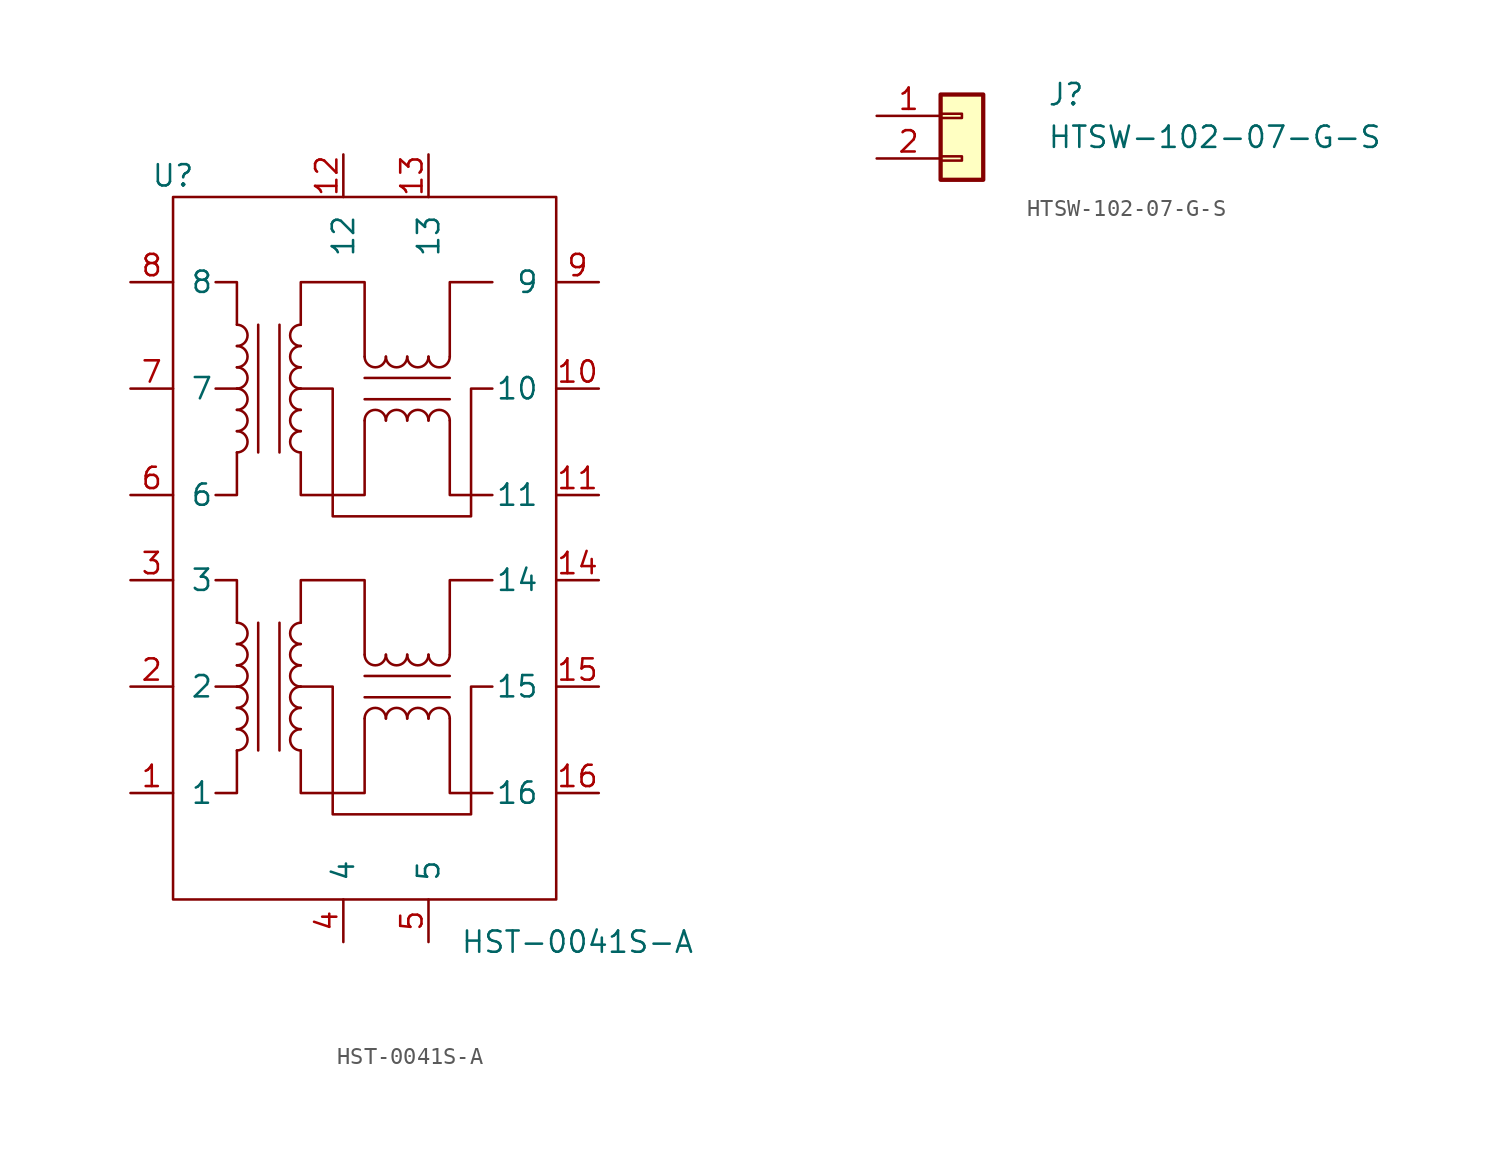
<source format=kicad_sym>
(kicad_symbol_lib
  (version 20231120)
  (generator "kicad_symbol_editor")
  (generator_version "8.0")
  (symbol "HST-0041S-A"
    (pin_names
      (offset 1.016))
    (property "Reference" "U"
      (at -12.7 21.59 0)
      (effects (font (size 1.27 1.27))))
    (property "Value" "HST-0041S-A"
      (at 11.43 -24.13 0)
      (effects (font (size 1.27 1.27))))
    (symbol "HST-0041S-A_0_1"
      (rectangle (start -12.7 20.32) (end 10.16 -21.59) (stroke (width 0) (type solid)) (fill (type none)))
      (arc (start -8.89 5.08) (mid -8.2577 5.715) (end -8.89 6.35) (stroke (width 0) (type solid)) (fill (type none)))
      (arc (start -8.89 6.35) (mid -8.2577 6.985) (end -8.89 7.62) (stroke (width 0) (type solid)) (fill (type none)))
      (arc (start -8.89 7.62) (mid -8.2577 8.255) (end -8.89 8.89) (stroke (width 0) (type solid)) (fill (type none)))
      (arc (start -8.89 8.89) (mid -8.2577 9.525) (end -8.89 10.16) (stroke (width 0) (type solid)) (fill (type none)))
      (arc (start -8.89 10.16) (mid -8.2577 10.795) (end -8.89 11.43) (stroke (width 0) (type solid)) (fill (type none)))
      (arc (start -8.89 11.43) (mid -8.2577 12.065) (end -8.89 12.7) (stroke (width 0) (type solid)) (fill (type none)))
      (arc (start -1.27 10.795) (mid -0.635 10.1627) (end 0 10.795) (stroke (width 0) (type solid)) (fill (type none)))
      (polyline (pts (xy -8.89 8.89) (xy -10.16 8.89)) (stroke (width 0) (type solid)) (fill (type none)))
      (polyline (pts (xy -7.62 12.7) (xy -7.62 5.08)) (stroke (width 0) (type solid)) (fill (type none)))
      (polyline (pts (xy -6.35 5.08) (xy -6.35 12.7)) (stroke (width 0) (type solid)) (fill (type none)))
      (polyline (pts (xy -1.27 8.255) (xy 3.81 8.255)) (stroke (width 0) (type solid)) (fill (type none)))
      (polyline (pts (xy -1.27 9.525) (xy 3.81 9.525)) (stroke (width 0) (type solid)) (fill (type none)))
      (polyline (pts (xy -8.89 5.08) (xy -8.89 2.54) (xy -10.16 2.54)) (stroke (width 0) (type solid)) (fill (type none)))
      (polyline (pts (xy -8.89 12.7) (xy -8.89 15.24) (xy -10.16 15.24)) (stroke (width 0) (type solid)) (fill (type none)))
      (polyline (pts (xy 3.81 6.985) (xy 3.81 2.54) (xy 6.35 2.54)) (stroke (width 0) (type solid)) (fill (type none)))
      (polyline (pts (xy 3.81 10.795) (xy 3.81 15.24) (xy 6.35 15.24)) (stroke (width 0) (type solid)) (fill (type none)))
      (polyline (pts (xy -5.08 5.08) (xy -5.08 2.54) (xy -1.27 2.54) (xy -1.27 6.985)) (stroke (width 0) (type solid)) (fill (type none)))
      (polyline (pts (xy -5.08 12.7) (xy -5.08 15.24) (xy -1.27 15.24) (xy -1.27 10.795)) (stroke (width 0) (type solid)) (fill (type none)))
      (polyline (pts (xy -5.08 8.89) (xy -3.175 8.89) (xy -3.175 1.27) (xy 5.08 1.27) (xy 5.08 8.89) (xy 6.35 8.89)) (stroke (width 0) (type solid)) (fill (type none)))
      (arc (start 0 10.795) (mid 0.635 10.1627) (end 1.27 10.795) (stroke (width 0) (type solid)) (fill (type none)))
      (arc (start 1.27 10.795) (mid 1.905 10.1627) (end 2.54 10.795) (stroke (width 0) (type solid)) (fill (type none)))
      (arc (start 2.54 10.795) (mid 3.175 10.1627) (end 3.81 10.795) (stroke (width 0) (type solid)) (fill (type none))))
    (symbol "HST-0041S-A_1_1"
      (arc (start -8.89 -12.7) (mid -8.2577 -12.065) (end -8.89 -11.43) (stroke (width 0) (type solid)) (fill (type none)))
      (arc (start -8.89 -11.43) (mid -8.2577 -10.795) (end -8.89 -10.16) (stroke (width 0) (type solid)) (fill (type none)))
      (arc (start -8.89 -10.16) (mid -8.2577 -9.525) (end -8.89 -8.89) (stroke (width 0) (type solid)) (fill (type none)))
      (arc (start -8.89 -8.89) (mid -8.2577 -8.255) (end -8.89 -7.62) (stroke (width 0) (type solid)) (fill (type none)))
      (arc (start -8.89 -7.62) (mid -8.2577 -6.985) (end -8.89 -6.35) (stroke (width 0) (type solid)) (fill (type none)))
      (arc (start -8.89 -6.35) (mid -8.2577 -5.715) (end -8.89 -5.08) (stroke (width 0) (type solid)) (fill (type none)))
      (arc (start -5.08 -11.43) (mid -5.7123 -12.065) (end -5.08 -12.7) (stroke (width 0) (type solid)) (fill (type none)))
      (arc (start -5.08 -10.16) (mid -5.7123 -10.795) (end -5.08 -11.43) (stroke (width 0) (type solid)) (fill (type none)))
      (arc (start -5.08 -8.89) (mid -5.7123 -9.525) (end -5.08 -10.16) (stroke (width 0) (type solid)) (fill (type none)))
      (arc (start -5.08 -7.62) (mid -5.7123 -8.255) (end -5.08 -8.89) (stroke (width 0) (type solid)) (fill (type none)))
      (arc (start -5.08 -6.35) (mid -5.7123 -6.985) (end -5.08 -7.62) (stroke (width 0) (type solid)) (fill (type none)))
      (arc (start -5.08 -5.08) (mid -5.7123 -5.715) (end -5.08 -6.35) (stroke (width 0) (type solid)) (fill (type none)))
      (arc (start -5.08 6.35) (mid -5.7123 5.715) (end -5.08 5.08) (stroke (width 0) (type solid)) (fill (type none)))
      (arc (start -5.08 7.62) (mid -5.7123 6.985) (end -5.08 6.35) (stroke (width 0) (type solid)) (fill (type none)))
      (arc (start -5.08 8.89) (mid -5.7123 8.255) (end -5.08 7.62) (stroke (width 0) (type solid)) (fill (type none)))
      (arc (start -5.08 10.16) (mid -5.7123 9.525) (end -5.08 8.89) (stroke (width 0) (type solid)) (fill (type none)))
      (arc (start -5.08 11.43) (mid -5.7123 10.795) (end -5.08 10.16) (stroke (width 0) (type solid)) (fill (type none)))
      (arc (start -5.08 12.7) (mid -5.7123 12.065) (end -5.08 11.43) (stroke (width 0) (type solid)) (fill (type none)))
      (arc (start -1.27 -6.985) (mid -0.635 -7.6173) (end 0 -6.985) (stroke (width 0) (type solid)) (fill (type none)))
      (arc (start 0 -10.795) (mid -0.635 -10.1627) (end -1.27 -10.795) (stroke (width 0) (type solid)) (fill (type none)))
      (arc (start 0 -6.985) (mid 0.635 -7.6173) (end 1.27 -6.985) (stroke (width 0) (type solid)) (fill (type none)))
      (polyline (pts (xy -8.89 -8.89) (xy -10.16 -8.89)) (stroke (width 0) (type solid)) (fill (type none)))
      (polyline (pts (xy -7.62 -5.08) (xy -7.62 -12.7)) (stroke (width 0) (type solid)) (fill (type none)))
      (polyline (pts (xy -6.35 -12.7) (xy -6.35 -5.08)) (stroke (width 0) (type solid)) (fill (type none)))
      (polyline (pts (xy -1.27 -9.525) (xy 3.81 -9.525)) (stroke (width 0) (type solid)) (fill (type none)))
      (polyline (pts (xy -1.27 -8.255) (xy 3.81 -8.255)) (stroke (width 0) (type solid)) (fill (type none)))
      (polyline (pts (xy -8.89 -12.7) (xy -8.89 -15.24) (xy -10.16 -15.24)) (stroke (width 0) (type solid)) (fill (type none)))
      (polyline (pts (xy -8.89 -5.08) (xy -8.89 -2.54) (xy -10.16 -2.54)) (stroke (width 0) (type solid)) (fill (type none)))
      (polyline (pts (xy 3.81 -10.795) (xy 3.81 -15.24) (xy 6.35 -15.24)) (stroke (width 0) (type solid)) (fill (type none)))
      (polyline (pts (xy 3.81 -6.985) (xy 3.81 -2.54) (xy 6.35 -2.54)) (stroke (width 0) (type solid)) (fill (type none)))
      (polyline (pts (xy -5.08 -12.7) (xy -5.08 -15.24) (xy -1.27 -15.24) (xy -1.27 -10.795)) (stroke (width 0) (type solid)) (fill (type none)))
      (polyline (pts (xy -5.08 -5.08) (xy -5.08 -2.54) (xy -1.27 -2.54) (xy -1.27 -6.985)) (stroke (width 0) (type solid)) (fill (type none)))
      (polyline (pts (xy -5.08 -8.89) (xy -3.175 -8.89) (xy -3.175 -16.51) (xy 5.08 -16.51) (xy 5.08 -8.89) (xy 6.35 -8.89)) (stroke (width 0) (type solid)) (fill (type none)))
      (arc (start 0 6.985) (mid -0.635 7.6173) (end -1.27 6.985) (stroke (width 0) (type solid)) (fill (type none)))
      (arc (start 1.27 -10.795) (mid 0.635 -10.1627) (end 0 -10.795) (stroke (width 0) (type solid)) (fill (type none)))
      (arc (start 1.27 -6.985) (mid 1.905 -7.6173) (end 2.54 -6.985) (stroke (width 0) (type solid)) (fill (type none)))
      (arc (start 1.27 6.985) (mid 0.635 7.6173) (end 0 6.985) (stroke (width 0) (type solid)) (fill (type none)))
      (arc (start 2.54 -10.795) (mid 1.905 -10.1627) (end 1.27 -10.795) (stroke (width 0) (type solid)) (fill (type none)))
      (arc (start 2.54 -6.985) (mid 3.175 -7.6173) (end 3.81 -6.985) (stroke (width 0) (type solid)) (fill (type none)))
      (arc (start 2.54 6.985) (mid 1.905 7.6173) (end 1.27 6.985) (stroke (width 0) (type solid)) (fill (type none)))
      (arc (start 3.81 -10.795) (mid 3.175 -10.1627) (end 2.54 -10.795) (stroke (width 0) (type solid)) (fill (type none)))
      (arc (start 3.81 6.985) (mid 3.175 7.6173) (end 2.54 6.985) (stroke (width 0) (type solid)) (fill (type none)))
      (pin input line (at -15.24 -15.24 0) (length 2.54) (name "1" (effects (font (size 1.27 1.27)))) (number "1" (effects (font (size 1.27 1.27)))))
      (pin input line (at 12.7 8.89 180) (length 2.54) (name "10" (effects (font (size 1.27 1.27)))) (number "10" (effects (font (size 1.27 1.27)))))
      (pin input line (at 12.7 2.54 180) (length 2.54) (name "11" (effects (font (size 1.27 1.27)))) (number "11" (effects (font (size 1.27 1.27)))))
      (pin input line (at -2.54 22.86 270) (length 2.54) (name "12" (effects (font (size 1.27 1.27)))) (number "12" (effects (font (size 1.27 1.27)))))
      (pin input line (at 2.54 22.86 270) (length 2.54) (name "13" (effects (font (size 1.27 1.27)))) (number "13" (effects (font (size 1.27 1.27)))))
      (pin input line (at 12.7 -2.54 180) (length 2.54) (name "14" (effects (font (size 1.27 1.27)))) (number "14" (effects (font (size 1.27 1.27)))))
      (pin input line (at 12.7 -8.89 180) (length 2.54) (name "15" (effects (font (size 1.27 1.27)))) (number "15" (effects (font (size 1.27 1.27)))))
      (pin input line (at 12.7 -15.24 180) (length 2.54) (name "16" (effects (font (size 1.27 1.27)))) (number "16" (effects (font (size 1.27 1.27)))))
      (pin input line (at -15.24 -8.89 0) (length 2.54) (name "2" (effects (font (size 1.27 1.27)))) (number "2" (effects (font (size 1.27 1.27)))))
      (pin input line (at -15.24 -2.54 0) (length 2.54) (name "3" (effects (font (size 1.27 1.27)))) (number "3" (effects (font (size 1.27 1.27)))))
      (pin input line (at -2.54 -24.13 90) (length 2.54) (name "4" (effects (font (size 1.27 1.27)))) (number "4" (effects (font (size 1.27 1.27)))))
      (pin input line (at 2.54 -24.13 90) (length 2.54) (name "5" (effects (font (size 1.27 1.27)))) (number "5" (effects (font (size 1.27 1.27)))))
      (pin input line (at -15.24 2.54 0) (length 2.54) (name "6" (effects (font (size 1.27 1.27)))) (number "6" (effects (font (size 1.27 1.27)))))
      (pin input line (at -15.24 8.89 0) (length 2.54) (name "7" (effects (font (size 1.27 1.27)))) (number "7" (effects (font (size 1.27 1.27)))))
      (pin input line (at -15.24 15.24 0) (length 2.54) (name "8" (effects (font (size 1.27 1.27)))) (number "8" (effects (font (size 1.27 1.27)))))
      (pin input line (at 12.7 15.24 180) (length 2.54) (name "9" (effects (font (size 1.27 1.27)))) (number "9" (effects (font (size 1.27 1.27)))))))
  (symbol "HTSW-102-07-G-S"
    (pin_names
      (offset 1.016) hide)
    (property "Reference" "J"
      (at 5.08 1.27 0)
      (effects (font (size 1.27 1.27)) (justify left)))
    (property "Value" "HTSW-102-07-G-S"
      (at 5.08 -1.27 0)
      (effects (font (size 1.27 1.27)) (justify left)))
    (symbol "HTSW-102-07-G-S_1_1"
      (rectangle (start -1.27 -2.413) (end 0 -2.667) (stroke (width 0.152) (type default)) (fill (type none)))
      (rectangle (start -1.27 0.127) (end 0 -0.127) (stroke (width 0.152) (type default)) (fill (type none)))
      (rectangle (start -1.27 1.27) (end 1.27 -3.81) (stroke (width 0.254) (type default)) (fill (type background)))
      (pin passive line (at -5.08 0 0) (length 3.81) (name "Pin_1" (effects (font (size 1.27 1.27)))) (number "1" (effects (font (size 1.27 1.27)))))
      (pin passive line (at -5.08 -2.54 0) (length 3.81) (name "Pin_2" (effects (font (size 1.27 1.27)))) (number "2" (effects (font (size 1.27 1.27))))))))
</source>
